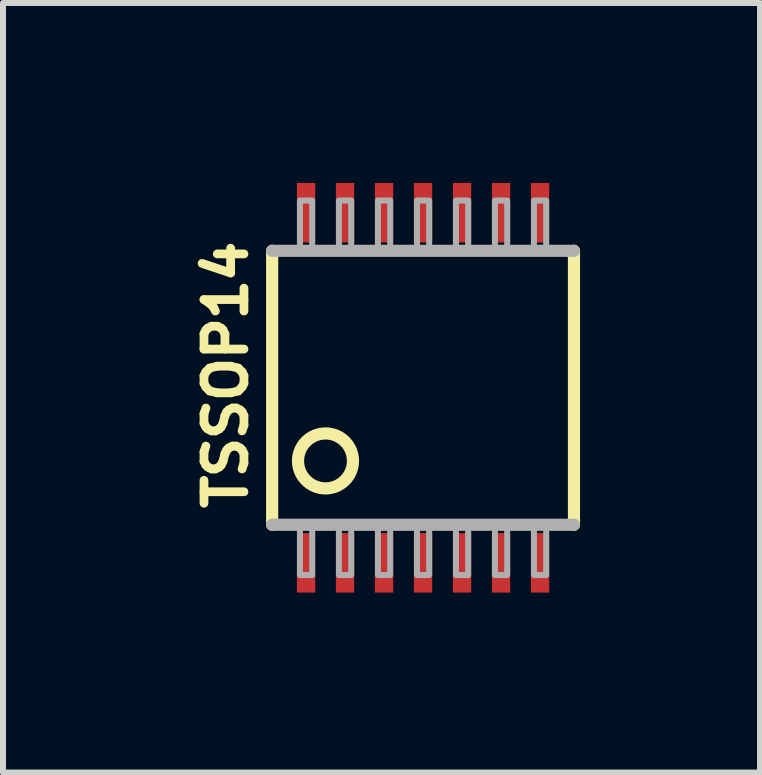
<source format=kicad_pcb>
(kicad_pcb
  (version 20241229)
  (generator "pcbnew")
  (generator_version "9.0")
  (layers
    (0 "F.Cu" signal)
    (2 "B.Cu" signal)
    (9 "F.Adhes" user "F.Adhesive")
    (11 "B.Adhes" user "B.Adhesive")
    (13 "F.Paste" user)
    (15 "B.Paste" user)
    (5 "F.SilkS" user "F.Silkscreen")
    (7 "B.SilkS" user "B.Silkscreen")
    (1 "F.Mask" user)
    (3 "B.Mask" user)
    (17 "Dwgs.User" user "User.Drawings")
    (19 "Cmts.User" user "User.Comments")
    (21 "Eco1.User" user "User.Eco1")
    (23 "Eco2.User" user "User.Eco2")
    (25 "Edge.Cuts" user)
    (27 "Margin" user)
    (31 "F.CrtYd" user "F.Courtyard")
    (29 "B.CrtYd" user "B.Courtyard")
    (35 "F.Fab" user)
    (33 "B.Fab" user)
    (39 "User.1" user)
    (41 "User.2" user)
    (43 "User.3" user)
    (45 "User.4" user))
  (footprint "TSSOP14"
    (layer "F.Cu")
    (at 4.001 3.413)
    (property "Reference" "TSSOP14" (at -2.896 2.083 90) (unlocked yes) (layer "F.SilkS") (effects (font (size 0.666 0.666) (thickness 0.146)) (justify left bottom)))
    (fp_line (start -2.515 2.283) (end -2.515 -2.283) (stroke (width 0.203) (type solid)) (layer "F.SilkS"))
    (fp_line (start 2.515 -2.283) (end 2.515 2.283) (stroke (width 0.203) (type solid)) (layer "F.SilkS"))
    (fp_circle (center -1.626 1.219) (end -1.168 1.219) (stroke (width 0.203) (type solid)) (fill no) (layer "F.SilkS"))
    (fp_line (start -2.515 2.283) (end 2.515 2.283) (stroke (width 0.203) (type solid)) (layer "F.Fab"))
    (fp_line (start 2.515 -2.283) (end -2.515 -2.283) (stroke (width 0.203) (type solid)) (layer "F.Fab"))
    (fp_poly (pts (xy -2.052 -2.283) (xy -1.848 -2.283) (xy -1.848 -3.121) (xy -2.052 -3.121)) (stroke (width 0.1) (type default)) (fill no) (layer "F.Fab"))
    (fp_poly (pts (xy -2.052 3.121) (xy -1.848 3.121) (xy -1.848 2.283) (xy -2.052 2.283)) (stroke (width 0.1) (type default)) (fill no) (layer "F.Fab"))
    (fp_poly (pts (xy -1.402 -2.283) (xy -1.198 -2.283) (xy -1.198 -3.121) (xy -1.402 -3.121)) (stroke (width 0.1) (type default)) (fill no) (layer "F.Fab"))
    (fp_poly (pts (xy -1.402 3.121) (xy -1.198 3.121) (xy -1.198 2.283) (xy -1.402 2.283)) (stroke (width 0.1) (type default)) (fill no) (layer "F.Fab"))
    (fp_poly (pts (xy -0.752 -2.283) (xy -0.548 -2.283) (xy -0.548 -3.121) (xy -0.752 -3.121)) (stroke (width 0.1) (type default)) (fill no) (layer "F.Fab"))
    (fp_poly (pts (xy -0.752 3.121) (xy -0.548 3.121) (xy -0.548 2.283) (xy -0.752 2.283)) (stroke (width 0.1) (type default)) (fill no) (layer "F.Fab"))
    (fp_poly (pts (xy -0.102 -2.283) (xy 0.102 -2.283) (xy 0.102 -3.121) (xy -0.102 -3.121)) (stroke (width 0.1) (type default)) (fill no) (layer "F.Fab"))
    (fp_poly (pts (xy -0.102 3.121) (xy 0.102 3.121) (xy 0.102 2.283) (xy -0.102 2.283)) (stroke (width 0.1) (type default)) (fill no) (layer "F.Fab"))
    (fp_poly (pts (xy 0.548 -2.283) (xy 0.752 -2.283) (xy 0.752 -3.121) (xy 0.548 -3.121)) (stroke (width 0.1) (type default)) (fill no) (layer "F.Fab"))
    (fp_poly (pts (xy 0.548 3.121) (xy 0.752 3.121) (xy 0.752 2.283) (xy 0.548 2.283)) (stroke (width 0.1) (type default)) (fill no) (layer "F.Fab"))
    (fp_poly (pts (xy 1.198 -2.283) (xy 1.402 -2.283) (xy 1.402 -3.121) (xy 1.198 -3.121)) (stroke (width 0.1) (type default)) (fill no) (layer "F.Fab"))
    (fp_poly (pts (xy 1.198 3.121) (xy 1.402 3.121) (xy 1.402 2.283) (xy 1.198 2.283)) (stroke (width 0.1) (type default)) (fill no) (layer "F.Fab"))
    (fp_poly (pts (xy 1.848 -2.283) (xy 2.052 -2.283) (xy 2.052 -3.121) (xy 1.848 -3.121)) (stroke (width 0.1) (type default)) (fill no) (layer "F.Fab"))
    (fp_poly (pts (xy 1.848 3.121) (xy 2.052 3.121) (xy 2.052 2.283) (xy 1.848 2.283)) (stroke (width 0.1) (type default)) (fill no) (layer "F.Fab"))
    (pad "1" smd rect (at -1.95 2.918) (size 0.305 0.991) (layers "F.Cu" "F.Mask" "F.Paste"))
    (pad "2" smd rect (at -1.3 2.918) (size 0.305 0.991) (layers "F.Cu" "F.Mask" "F.Paste"))
    (pad "3" smd rect (at -0.65 2.918) (size 0.305 0.991) (layers "F.Cu" "F.Mask" "F.Paste"))
    (pad "4" smd rect (at 0 2.918) (size 0.305 0.991) (layers "F.Cu" "F.Mask" "F.Paste"))
    (pad "5" smd rect (at 0.65 2.918) (size 0.305 0.991) (layers "F.Cu" "F.Mask" "F.Paste"))
    (pad "6" smd rect (at 1.3 2.918) (size 0.305 0.991) (layers "F.Cu" "F.Mask" "F.Paste"))
    (pad "7" smd rect (at 1.95 2.918) (size 0.305 0.991) (layers "F.Cu" "F.Mask" "F.Paste"))
    (pad "8" smd rect (at 1.95 -2.918) (size 0.305 0.991) (layers "F.Cu" "F.Mask" "F.Paste"))
    (pad "9" smd rect (at 1.3 -2.918) (size 0.305 0.991) (layers "F.Cu" "F.Mask" "F.Paste"))
    (pad "10" smd rect (at 0.65 -2.918) (size 0.305 0.991) (layers "F.Cu" "F.Mask" "F.Paste"))
    (pad "11" smd rect (at 0 -2.918) (size 0.305 0.991) (layers "F.Cu" "F.Mask" "F.Paste"))
    (pad "12" smd rect (at -0.65 -2.918) (size 0.305 0.991) (layers "F.Cu" "F.Mask" "F.Paste"))
    (pad "13" smd rect (at -1.3 -2.918) (size 0.305 0.991) (layers "F.Cu" "F.Mask" "F.Paste"))
    (pad "14" smd rect (at -1.95 -2.918) (size 0.305 0.991) (layers "F.Cu" "F.Mask" "F.Paste")))
  (gr_rect
    (start -3 -3)
    (end 9.617 9.826)
    (stroke (width 0.1) (type default))
    (fill no)
    (layer "Edge.Cuts")))
</source>
